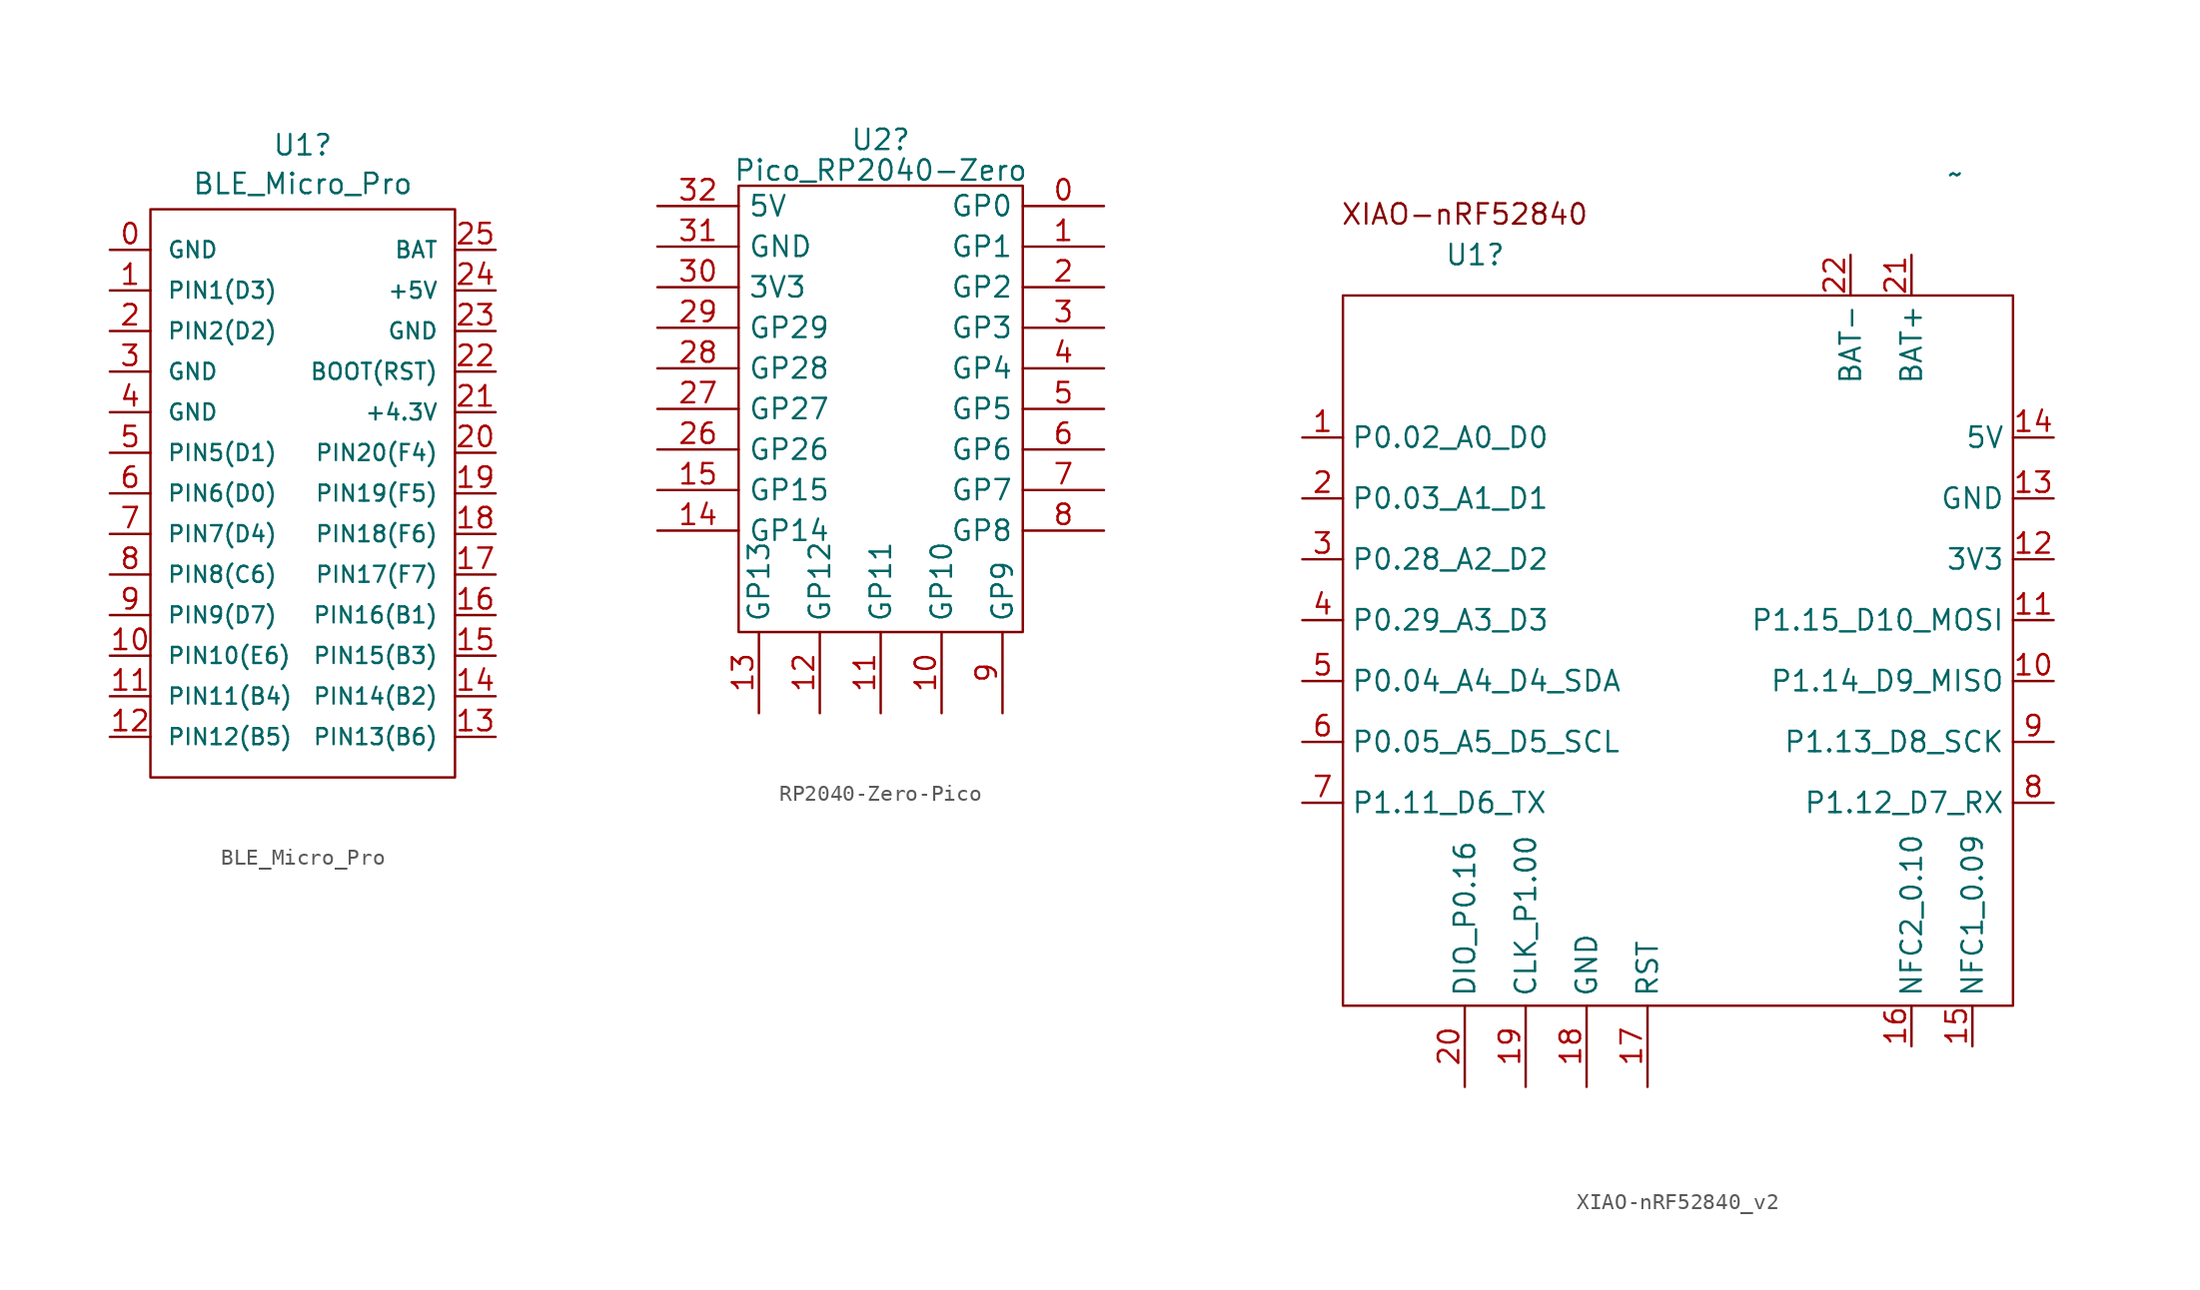
<source format=kicad_sym>
(kicad_symbol_lib
  (version 20231120)
  (generator "kicad_symbol_editor")
  (generator_version "8.0")
  (symbol "BLE_Micro_Pro"
    (pin_names
      (offset 1.016))
    (property "Reference" "U1"
      (at 0.635 21.797 0)
      (effects (font (size 1.27 1.27))))
    (property "Value" "BLE_Micro_Pro"
      (at 0.635 19.373 0)
      (effects (font (size 1.27 1.27))))
    (symbol "BLE_Micro_Pro_0_1"
      (rectangle (start -8.89 17.78) (end 10.16 -17.78) (stroke (width 0) (type default)) (fill (type none))))
    (symbol "BLE_Micro_Pro_1_1"
      (pin power_in line (at -11.43 15.24 0) (length 2.54) (name "GND" (effects (font (size 1 1)))) (number "0" (effects (font (size 1.27 1.27)))))
      (pin bidirectional line (at -11.43 12.7 0) (length 2.54) (name "PIN1(D3)" (effects (font (size 1 1)))) (number "1" (effects (font (size 1.27 1.27)))))
      (pin bidirectional line (at -11.43 -10.16 0) (length 2.54) (name "PIN10(E6)" (effects (font (size 1 1)))) (number "10" (effects (font (size 1.27 1.27)))))
      (pin bidirectional line (at -11.43 -12.7 0) (length 2.54) (name "PIN11(B4)" (effects (font (size 1 1)))) (number "11" (effects (font (size 1.27 1.27)))))
      (pin bidirectional line (at -11.43 -15.24 0) (length 2.54) (name "PIN12(B5)" (effects (font (size 1 1)))) (number "12" (effects (font (size 1.27 1.27)))))
      (pin bidirectional line (at 12.7 -15.24 180) (length 2.54) (name "PIN13(B6)" (effects (font (size 1 1)))) (number "13" (effects (font (size 1.27 1.27)))))
      (pin passive line (at 12.7 -12.7 180) (length 2.54) (name "PIN14(B2)" (effects (font (size 1 1)))) (number "14" (effects (font (size 1.27 1.27)))))
      (pin bidirectional line (at 12.7 -10.16 180) (length 2.54) (name "PIN15(B3)" (effects (font (size 1 1)))) (number "15" (effects (font (size 1.27 1.27)))))
      (pin bidirectional line (at 12.7 -7.62 180) (length 2.54) (name "PIN16(B1)" (effects (font (size 1 1)))) (number "16" (effects (font (size 1.27 1.27)))))
      (pin bidirectional line (at 12.7 -5.08 180) (length 2.54) (name "PIN17(F7)" (effects (font (size 1 1)))) (number "17" (effects (font (size 1.27 1.27)))))
      (pin bidirectional line (at 12.7 -2.54 180) (length 2.54) (name "PIN18(F6)" (effects (font (size 1 1)))) (number "18" (effects (font (size 1.27 1.27)))))
      (pin bidirectional line (at 12.7 0 180) (length 2.54) (name "PIN19(F5)" (effects (font (size 1 1)))) (number "19" (effects (font (size 1.27 1.27)))))
      (pin bidirectional line (at -11.43 10.16 0) (length 2.54) (name "PIN2(D2)" (effects (font (size 1 1)))) (number "2" (effects (font (size 1.27 1.27)))))
      (pin bidirectional line (at 12.7 2.54 180) (length 2.54) (name "PIN20(F4)" (effects (font (size 1 1)))) (number "20" (effects (font (size 1.27 1.27)))))
      (pin passive line (at 12.7 5.08 180) (length 2.54) (name "+4.3V" (effects (font (size 1 1)))) (number "21" (effects (font (size 1.27 1.27)))))
      (pin input line (at 12.7 7.62 180) (length 2.54) (name "BOOT(RST)" (effects (font (size 1 1)))) (number "22" (effects (font (size 1.27 1.27)))))
      (pin power_in line (at 12.7 10.16 180) (length 2.54) (name "GND" (effects (font (size 1 1)))) (number "23" (effects (font (size 1.27 1.27)))))
      (pin power_in line (at 12.7 12.7 180) (length 2.54) (name "+5V" (effects (font (size 1 1)))) (number "24" (effects (font (size 1.27 1.27)))))
      (pin power_out line (at 12.7 15.24 180) (length 2.54) (name "BAT" (effects (font (size 1 1)))) (number "25" (effects (font (size 1.27 1.27)))))
      (pin power_in line (at -11.43 7.62 0) (length 2.54) (name "GND" (effects (font (size 1 1)))) (number "3" (effects (font (size 1.27 1.27)))))
      (pin power_in line (at -11.43 5.08 0) (length 2.54) (name "GND" (effects (font (size 1 1)))) (number "4" (effects (font (size 1.27 1.27)))))
      (pin bidirectional line (at -11.43 2.54 0) (length 2.54) (name "PIN5(D1)" (effects (font (size 1 1)))) (number "5" (effects (font (size 1.27 1.27)))))
      (pin bidirectional line (at -11.43 0 0) (length 2.54) (name "PIN6(D0)" (effects (font (size 1 1)))) (number "6" (effects (font (size 1.27 1.27)))))
      (pin bidirectional line (at -11.43 -2.54 0) (length 2.54) (name "PIN7(D4)" (effects (font (size 1 1)))) (number "7" (effects (font (size 1.27 1.27)))))
      (pin bidirectional line (at -11.43 -5.08 0) (length 2.54) (name "PIN8(C6)" (effects (font (size 1 1)))) (number "8" (effects (font (size 1.27 1.27)))))
      (pin bidirectional line (at -11.43 -7.62 0) (length 2.54) (name "PIN9(D7)" (effects (font (size 1 1)))) (number "9" (effects (font (size 1.27 1.27)))))))
  (symbol "RP2040-Zero-Pico"
    (pin_names
      (offset 0.584))
    (property "Reference" "U2"
      (at 0 -2.197 0)
      (effects (font (size 1.27 1.27))))
    (property "Value" "Pico_RP2040-Zero"
      (at 0 -4.118 0)
      (effects (font (size 1.27 1.27))))
    (symbol "RP2040-Zero-Pico_0_1"
      (rectangle (start -8.89 -5.08) (end 8.89 -33.02) (stroke (width 0) (type solid)) (fill (type none))))
    (symbol "RP2040-Zero-Pico_1_1"
      (pin tri_state line (at 13.97 -6.35 180) (length 5.08) (name "GP0" (effects (font (size 1.27 1.27)))) (number "0" (effects (font (size 1.27 1.27)))))
      (pin tri_state line (at 13.97 -8.89 180) (length 5.08) (name "GP1" (effects (font (size 1.27 1.27)))) (number "1" (effects (font (size 1.27 1.27)))))
      (pin tri_state line (at 3.81 -38.1 90) (length 5.08) (name "GP10" (effects (font (size 1.27 1.27)))) (number "10" (effects (font (size 1.27 1.27)))))
      (pin tri_state line (at 0 -38.1 90) (length 5.08) (name "GP11" (effects (font (size 1.27 1.27)))) (number "11" (effects (font (size 1.27 1.27)))))
      (pin tri_state line (at -3.81 -38.1 90) (length 5.08) (name "GP12" (effects (font (size 1.27 1.27)))) (number "12" (effects (font (size 1.27 1.27)))))
      (pin tri_state line (at -7.62 -38.1 90) (length 5.08) (name "GP13" (effects (font (size 1.27 1.27)))) (number "13" (effects (font (size 1.27 1.27)))))
      (pin tri_state line (at -13.97 -26.67 0) (length 5.08) (name "GP14" (effects (font (size 1.27 1.27)))) (number "14" (effects (font (size 1.27 1.27)))))
      (pin tri_state line (at -13.97 -24.13 0) (length 5.08) (name "GP15" (effects (font (size 1.27 1.27)))) (number "15" (effects (font (size 1.27 1.27)))))
      (pin tri_state line (at 13.97 -11.43 180) (length 5.08) (name "GP2" (effects (font (size 1.27 1.27)))) (number "2" (effects (font (size 1.27 1.27)))))
      (pin tri_state line (at -13.97 -21.59 0) (length 5.08) (name "GP26" (effects (font (size 1.27 1.27)))) (number "26" (effects (font (size 1.27 1.27)))))
      (pin tri_state line (at -13.97 -19.05 0) (length 5.08) (name "GP27" (effects (font (size 1.27 1.27)))) (number "27" (effects (font (size 1.27 1.27)))))
      (pin tri_state line (at -13.97 -16.51 0) (length 5.08) (name "GP28" (effects (font (size 1.27 1.27)))) (number "28" (effects (font (size 1.27 1.27)))))
      (pin tri_state line (at -13.97 -13.97 0) (length 5.08) (name "GP29" (effects (font (size 1.27 1.27)))) (number "29" (effects (font (size 1.27 1.27)))))
      (pin tri_state line (at 13.97 -13.97 180) (length 5.08) (name "GP3" (effects (font (size 1.27 1.27)))) (number "3" (effects (font (size 1.27 1.27)))))
      (pin power_out line (at -13.97 -11.43 0) (length 5.08) (name "3V3" (effects (font (size 1.27 1.27)))) (number "30" (effects (font (size 1.27 1.27)))))
      (pin input line (at -13.97 -8.89 0) (length 5.08) (name "GND" (effects (font (size 1.27 1.27)))) (number "31" (effects (font (size 1.27 1.27)))))
      (pin power_out line (at -13.97 -6.35 0) (length 5.08) (name "5V" (effects (font (size 1.27 1.27)))) (number "32" (effects (font (size 1.27 1.27)))))
      (pin tri_state line (at 13.97 -16.51 180) (length 5.08) (name "GP4" (effects (font (size 1.27 1.27)))) (number "4" (effects (font (size 1.27 1.27)))))
      (pin tri_state line (at 13.97 -19.05 180) (length 5.08) (name "GP5" (effects (font (size 1.27 1.27)))) (number "5" (effects (font (size 1.27 1.27)))))
      (pin tri_state line (at 13.97 -21.59 180) (length 5.08) (name "GP6" (effects (font (size 1.27 1.27)))) (number "6" (effects (font (size 1.27 1.27)))))
      (pin tri_state line (at 13.97 -24.13 180) (length 5.08) (name "GP7" (effects (font (size 1.27 1.27)))) (number "7" (effects (font (size 1.27 1.27)))))
      (pin tri_state line (at 13.97 -26.67 180) (length 5.08) (name "GP8" (effects (font (size 1.27 1.27)))) (number "8" (effects (font (size 1.27 1.27)))))
      (pin tri_state line (at 7.62 -38.1 90) (length 5.08) (name "GP9" (effects (font (size 1.27 1.27)))) (number "9" (effects (font (size 1.27 1.27)))))))
  (symbol "XIAO-nRF52840_v2"
    (property "Reference" "U1"
      (at 19.05 -3.81 0)
      (effects (font (size 1.27 1.27)) (justify left)))
    (property "Value" "~"
      (at 50.454 1.27 0)
      (effects (font (size 1.27 1.27)) (justify left)))
    (symbol "XIAO-nRF52840_v2_1_1"
      (text "XIAO-nRF52840" (at 20.32 -1.27 0) (effects (font (size 1.27 1.27))))
      (text_box "" (at 12.7 -6.35 0) (size 41.91 -44.45) (stroke (width 0) (type default)) (fill (type none)) (effects (font (size 1.27 1.27)) (justify left top)))
      (pin unspecified line (at 10.16 -15.24 0) (length 2.54) (name "P0.02_A0_D0" (effects (font (size 1.27 1.27)))) (number "1" (effects (font (size 1.27 1.27)))))
      (pin unspecified line (at 57.15 -30.48 180) (length 2.54) (name "P1.14_D9_MISO" (effects (font (size 1.27 1.27)))) (number "10" (effects (font (size 1.27 1.27)))))
      (pin unspecified line (at 57.15 -26.67 180) (length 2.54) (name "P1.15_D10_MOSI" (effects (font (size 1.27 1.27)))) (number "11" (effects (font (size 1.27 1.27)))))
      (pin unspecified line (at 57.15 -22.86 180) (length 2.54) (name "3V3" (effects (font (size 1.27 1.27)))) (number "12" (effects (font (size 1.27 1.27)))))
      (pin unspecified line (at 57.15 -19.05 180) (length 2.54) (name "GND" (effects (font (size 1.27 1.27)))) (number "13" (effects (font (size 1.27 1.27)))))
      (pin unspecified line (at 57.15 -15.24 180) (length 2.54) (name "5V" (effects (font (size 1.27 1.27)))) (number "14" (effects (font (size 1.27 1.27)))))
      (pin unspecified line (at 52.07 -53.34 90) (length 2.54) (name "NFC1_0.09" (effects (font (size 1.27 1.27)))) (number "15" (effects (font (size 1.27 1.27)))))
      (pin unspecified line (at 48.26 -53.34 90) (length 2.54) (name "NFC2_0.10" (effects (font (size 1.27 1.27)))) (number "16" (effects (font (size 1.27 1.27)))))
      (pin unspecified line (at 31.75 -55.88 90) (length 5.08) (name "RST" (effects (font (size 1.27 1.27)))) (number "17" (effects (font (size 1.27 1.27)))))
      (pin unspecified line (at 27.94 -55.88 90) (length 5.08) (name "GND" (effects (font (size 1.27 1.27)))) (number "18" (effects (font (size 1.27 1.27)))))
      (pin unspecified line (at 24.13 -55.88 90) (length 5.08) (name "CLK_P1.00" (effects (font (size 1.27 1.27)))) (number "19" (effects (font (size 1.27 1.27)))))
      (pin unspecified line (at 10.16 -19.05 0) (length 2.54) (name "P0.03_A1_D1" (effects (font (size 1.27 1.27)))) (number "2" (effects (font (size 1.27 1.27)))))
      (pin unspecified line (at 20.32 -55.88 90) (length 5.08) (name "DIO_P0.16" (effects (font (size 1.27 1.27)))) (number "20" (effects (font (size 1.27 1.27)))))
      (pin unspecified line (at 48.26 -3.81 270) (length 2.54) (name "BAT+" (effects (font (size 1.27 1.27)))) (number "21" (effects (font (size 1.27 1.27)))))
      (pin unspecified line (at 44.45 -3.81 270) (length 2.54) (name "BAT-" (effects (font (size 1.27 1.27)))) (number "22" (effects (font (size 1.27 1.27)))))
      (pin unspecified line (at 10.16 -22.86 0) (length 2.54) (name "P0.28_A2_D2" (effects (font (size 1.27 1.27)))) (number "3" (effects (font (size 1.27 1.27)))))
      (pin unspecified line (at 10.16 -26.67 0) (length 2.54) (name "P0.29_A3_D3" (effects (font (size 1.27 1.27)))) (number "4" (effects (font (size 1.27 1.27)))))
      (pin unspecified line (at 10.16 -30.48 0) (length 2.54) (name "P0.04_A4_D4_SDA" (effects (font (size 1.27 1.27)))) (number "5" (effects (font (size 1.27 1.27)))))
      (pin unspecified line (at 10.16 -34.29 0) (length 2.54) (name "P0.05_A5_D5_SCL" (effects (font (size 1.27 1.27)))) (number "6" (effects (font (size 1.27 1.27)))))
      (pin unspecified line (at 10.16 -38.1 0) (length 2.54) (name "P1.11_D6_TX" (effects (font (size 1.27 1.27)))) (number "7" (effects (font (size 1.27 1.27)))))
      (pin unspecified line (at 57.15 -38.1 180) (length 2.54) (name "P1.12_D7_RX" (effects (font (size 1.27 1.27)))) (number "8" (effects (font (size 1.27 1.27)))))
      (pin unspecified line (at 57.15 -34.29 180) (length 2.54) (name "P1.13_D8_SCK" (effects (font (size 1.27 1.27)))) (number "9" (effects (font (size 1.27 1.27))))))))
</source>
